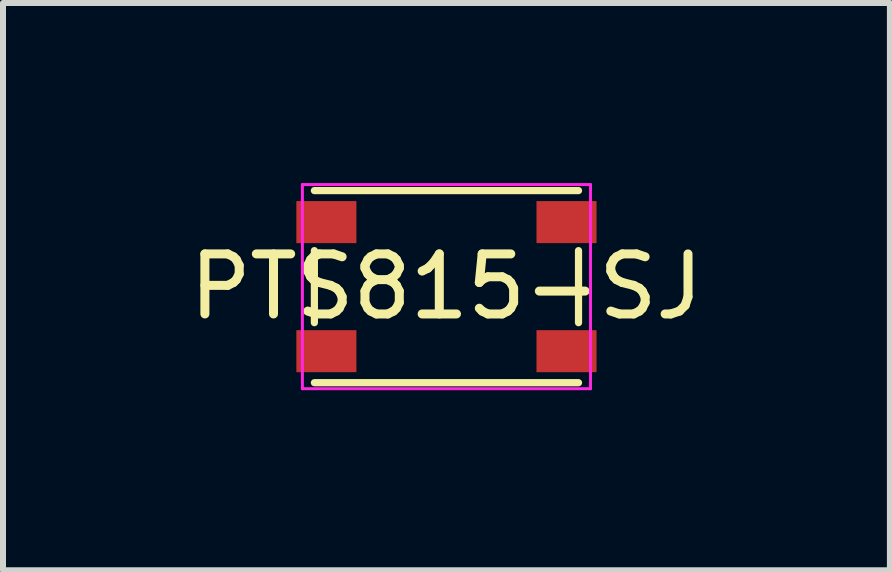
<source format=kicad_pcb>
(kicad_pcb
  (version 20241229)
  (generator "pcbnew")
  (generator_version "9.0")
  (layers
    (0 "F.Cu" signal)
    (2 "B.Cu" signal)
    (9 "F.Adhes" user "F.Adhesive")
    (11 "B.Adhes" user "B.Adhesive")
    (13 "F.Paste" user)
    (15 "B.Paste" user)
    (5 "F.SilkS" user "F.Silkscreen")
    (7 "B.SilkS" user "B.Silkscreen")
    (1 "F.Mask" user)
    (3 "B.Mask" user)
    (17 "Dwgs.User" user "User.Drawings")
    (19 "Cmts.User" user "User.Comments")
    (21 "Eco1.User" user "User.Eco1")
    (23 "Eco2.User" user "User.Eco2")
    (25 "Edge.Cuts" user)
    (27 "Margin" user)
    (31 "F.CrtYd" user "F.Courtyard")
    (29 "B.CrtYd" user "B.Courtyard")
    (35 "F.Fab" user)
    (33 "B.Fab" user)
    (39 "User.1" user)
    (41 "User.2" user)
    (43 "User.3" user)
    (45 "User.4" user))
  (footprint "PTS815-SJ"
    (layer "F.Cu")
    (at 4.387 1.725)
    (property "Reference" "PTS815-SJ" (at 0 0 0) (unlocked yes) (layer "F.SilkS") (effects (font (size 1 1) (thickness 0.15))))
    (attr smd)
    (fp_line (start -2.2 -0.6) (end -2.2 0.6) (stroke (width 0.12) (type solid)) (layer "F.SilkS"))
    (fp_line (start -2.2 1.6) (end 2.2 1.6) (stroke (width 0.12) (type solid)) (layer "F.SilkS"))
    (fp_line (start 2.2 -1.6) (end -2.2 -1.6) (stroke (width 0.12) (type solid)) (layer "F.SilkS"))
    (fp_line (start 2.2 0.6) (end 2.2 -0.6) (stroke (width 0.12) (type solid)) (layer "F.SilkS"))
    (fp_line (start -2.4 -1.7) (end -2.4 1.7) (stroke (width 0.05) (type solid)) (layer "F.CrtYd"))
    (fp_line (start -2.4 1.7) (end 2.4 1.7) (stroke (width 0.05) (type solid)) (layer "F.CrtYd"))
    (fp_line (start 2.4 -1.7) (end -2.4 -1.7) (stroke (width 0.05) (type solid)) (layer "F.CrtYd"))
    (fp_line (start 2.4 1.7) (end 2.4 -1.7) (stroke (width 0.05) (type solid)) (layer "F.CrtYd"))
    (pad "1" smd rect (at -2 1.075) (size 1 0.7) (layers "F.Cu" "F.Mask" "F.Paste"))
    (pad "1" smd rect (at 2 1.075) (size 1 0.7) (layers "F.Cu" "F.Mask" "F.Paste"))
    (pad "2" smd rect (at -2 -1.075) (size 1 0.7) (layers "F.Cu" "F.Mask" "F.Paste"))
    (pad "2" smd rect (at 2 -1.075) (size 1 0.7) (layers "F.Cu" "F.Mask" "F.Paste")))
  (gr_rect
    (start -3 -3)
    (end 11.774 6.45)
    (stroke (width 0.1) (type default))
    (fill no)
    (layer "Edge.Cuts")))
</source>
